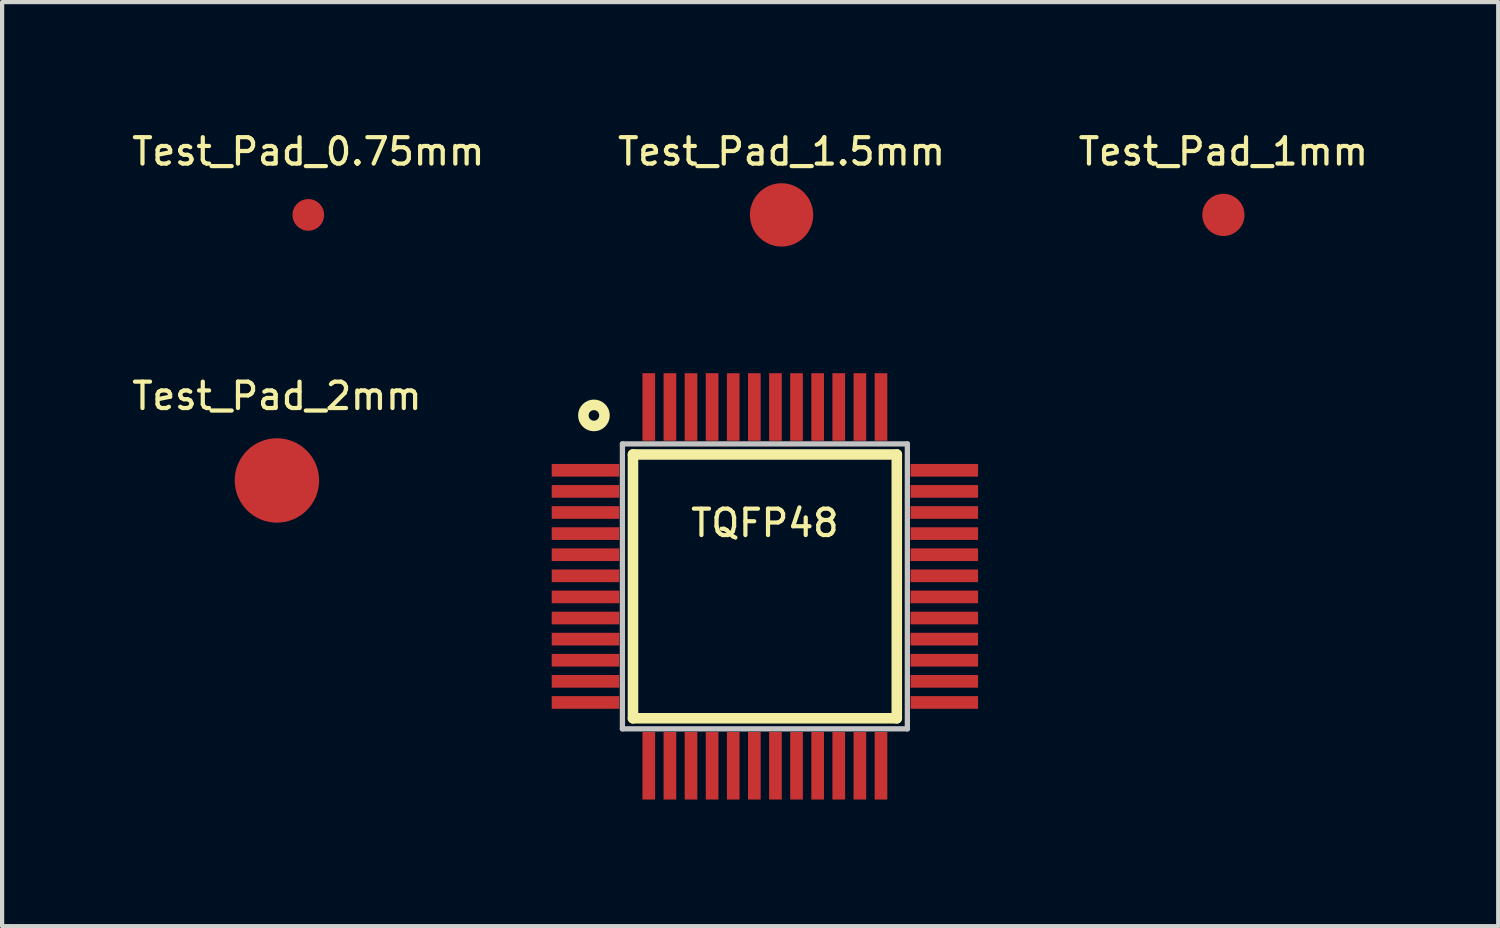
<source format=kicad_pcb>
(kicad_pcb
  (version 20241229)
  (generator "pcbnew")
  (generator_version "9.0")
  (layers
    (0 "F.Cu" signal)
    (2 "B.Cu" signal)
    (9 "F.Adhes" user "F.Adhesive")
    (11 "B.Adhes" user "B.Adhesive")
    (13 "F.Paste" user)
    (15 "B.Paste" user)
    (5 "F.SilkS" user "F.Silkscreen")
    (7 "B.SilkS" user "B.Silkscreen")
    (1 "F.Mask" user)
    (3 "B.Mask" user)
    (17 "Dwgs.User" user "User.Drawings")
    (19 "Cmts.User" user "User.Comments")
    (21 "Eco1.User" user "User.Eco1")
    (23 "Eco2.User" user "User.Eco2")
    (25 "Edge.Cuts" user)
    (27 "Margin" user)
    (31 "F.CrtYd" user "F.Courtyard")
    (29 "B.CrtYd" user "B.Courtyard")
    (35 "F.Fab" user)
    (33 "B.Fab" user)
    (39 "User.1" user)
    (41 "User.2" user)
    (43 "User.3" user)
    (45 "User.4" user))
  (footprint "Test_Pad_1mm"
    (layer "F.Cu")
    (at 25.932 2.041)
    (property "Reference" "Test_Pad_1mm" (at 0 -1.5 0) (layer "F.SilkS") (effects (font (size 0.625 0.625) (thickness 0.1))))
    (attr through_hole)
    (pad "1" smd oval (at 0 0) (size 1 1) (layers "F.Cu" "F.Mask" "F.Paste")))
  (footprint "Test_Pad_0.75mm"
    (layer "F.Cu")
    (at 4.254 2.041)
    (property "Reference" "Test_Pad_0.75mm" (at 0 -1.5 0) (layer "F.SilkS") (effects (font (size 0.625 0.625) (thickness 0.1))))
    (attr through_hole)
    (pad "1" smd oval (at 0 0) (size 0.75 0.75) (layers "F.Cu" "F.Mask" "F.Paste")))
  (footprint "Test_Pad_2mm"
    (layer "F.Cu")
    (at 3.51 8.332)
    (property "Reference" "Test_Pad_2mm" (at 0 -2 0) (layer "F.SilkS") (effects (font (size 0.625 0.625) (thickness 0.1))))
    (attr through_hole)
    (pad "1" smd oval (at 0 0) (size 2 2) (layers "F.Cu" "F.Mask" "F.Paste")))
  (footprint "Test_Pad_1.5mm"
    (layer "F.Cu")
    (at 15.465 2.041)
    (property "Reference" "Test_Pad_1.5mm" (at 0 -1.5 0) (layer "F.SilkS") (effects (font (size 0.625 0.625) (thickness 0.1))))
    (attr through_hole)
    (pad "1" smd oval (at 0 0) (size 1.5 1.5) (layers "F.Cu" "F.Mask" "F.Paste")))
  (footprint "TQFP48"
    (layer "F.Cu")
    (at 15.07 10.841)
    (property "Reference" "TQFP48" (at 0 -1.5 0) (layer "F.SilkS") (effects (font (size 0.625 0.625) (thickness 0.1))))
    (attr through_hole)
    (fp_line (start -3.125 -3.125) (end -3.125 3.125) (stroke (width 0.25) (type solid)) (layer "F.SilkS"))
    (fp_line (start -3.125 3.125) (end 3.125 3.125) (stroke (width 0.25) (type solid)) (layer "F.SilkS"))
    (fp_line (start 3.125 -3.125) (end -3.125 -3.125) (stroke (width 0.25) (type solid)) (layer "F.SilkS"))
    (fp_line (start 3.125 3.125) (end 3.125 -3.125) (stroke (width 0.25) (type solid)) (layer "F.SilkS"))
    (fp_circle (center -4.05 -4.05) (end -3.873 -3.873) (stroke (width 0.25) (type solid)) (fill no) (layer "F.SilkS"))
    (fp_line (start -3.375 -3.375) (end -3.375 3.375) (stroke (width 0.125) (type solid)) (layer "Dwgs.User"))
    (fp_line (start -3.375 3.375) (end 3.375 3.375) (stroke (width 0.125) (type solid)) (layer "Dwgs.User"))
    (fp_line (start 3.375 -3.375) (end -3.375 -3.375) (stroke (width 0.125) (type solid)) (layer "Dwgs.User"))
    (fp_line (start 3.375 3.375) (end 3.375 -3.375) (stroke (width 0.125) (type solid)) (layer "Dwgs.User"))
    (pad "1" smd rect (at -4.25 -2.75 180) (size 1.6 0.3) (layers "F.Cu" "F.Mask" "F.Paste"))
    (pad "2" smd rect (at -4.25 -2.25 180) (size 1.6 0.3) (layers "F.Cu" "F.Mask" "F.Paste"))
    (pad "3" smd rect (at -4.25 -1.75 180) (size 1.6 0.3) (layers "F.Cu" "F.Mask" "F.Paste"))
    (pad "4" smd rect (at -4.25 -1.25 180) (size 1.6 0.3) (layers "F.Cu" "F.Mask" "F.Paste"))
    (pad "5" smd rect (at -4.25 -0.75 180) (size 1.6 0.3) (layers "F.Cu" "F.Mask" "F.Paste"))
    (pad "6" smd rect (at -4.25 -0.25 180) (size 1.6 0.3) (layers "F.Cu" "F.Mask" "F.Paste"))
    (pad "7" smd rect (at -4.25 0.25 180) (size 1.6 0.3) (layers "F.Cu" "F.Mask" "F.Paste"))
    (pad "8" smd rect (at -4.25 0.75 180) (size 1.6 0.3) (layers "F.Cu" "F.Mask" "F.Paste"))
    (pad "9" smd rect (at -4.25 1.25 180) (size 1.6 0.3) (layers "F.Cu" "F.Mask" "F.Paste"))
    (pad "10" smd rect (at -4.25 1.75 180) (size 1.6 0.3) (layers "F.Cu" "F.Mask" "F.Paste"))
    (pad "11" smd rect (at -4.25 2.25 180) (size 1.6 0.3) (layers "F.Cu" "F.Mask" "F.Paste"))
    (pad "12" smd rect (at -4.25 2.75 180) (size 1.6 0.3) (layers "F.Cu" "F.Mask" "F.Paste"))
    (pad "13" smd rect (at -2.75 4.25 90) (size 1.6 0.3) (layers "F.Cu" "F.Mask" "F.Paste"))
    (pad "14" smd rect (at -2.25 4.25 90) (size 1.6 0.3) (layers "F.Cu" "F.Mask" "F.Paste"))
    (pad "15" smd rect (at -1.75 4.25 90) (size 1.6 0.3) (layers "F.Cu" "F.Mask" "F.Paste"))
    (pad "16" smd rect (at -1.25 4.25 90) (size 1.6 0.3) (layers "F.Cu" "F.Mask" "F.Paste"))
    (pad "17" smd rect (at -0.75 4.25 90) (size 1.6 0.3) (layers "F.Cu" "F.Mask" "F.Paste"))
    (pad "18" smd rect (at -0.25 4.25 90) (size 1.6 0.3) (layers "F.Cu" "F.Mask" "F.Paste"))
    (pad "19" smd rect (at 0.25 4.25 90) (size 1.6 0.3) (layers "F.Cu" "F.Mask" "F.Paste"))
    (pad "20" smd rect (at 0.75 4.25 90) (size 1.6 0.3) (layers "F.Cu" "F.Mask" "F.Paste"))
    (pad "21" smd rect (at 1.25 4.25 90) (size 1.6 0.3) (layers "F.Cu" "F.Mask" "F.Paste"))
    (pad "22" smd rect (at 1.75 4.25 90) (size 1.6 0.3) (layers "F.Cu" "F.Mask" "F.Paste"))
    (pad "23" smd rect (at 2.25 4.25 90) (size 1.6 0.3) (layers "F.Cu" "F.Mask" "F.Paste"))
    (pad "24" smd rect (at 2.75 4.25 90) (size 1.6 0.3) (layers "F.Cu" "F.Mask" "F.Paste"))
    (pad "25" smd rect (at 4.25 2.75) (size 1.6 0.3) (layers "F.Cu" "F.Mask" "F.Paste"))
    (pad "26" smd rect (at 4.25 2.25) (size 1.6 0.3) (layers "F.Cu" "F.Mask" "F.Paste"))
    (pad "27" smd rect (at 4.25 1.75) (size 1.6 0.3) (layers "F.Cu" "F.Mask" "F.Paste"))
    (pad "28" smd rect (at 4.25 1.25) (size 1.6 0.3) (layers "F.Cu" "F.Mask" "F.Paste"))
    (pad "29" smd rect (at 4.25 0.75) (size 1.6 0.3) (layers "F.Cu" "F.Mask" "F.Paste"))
    (pad "30" smd rect (at 4.25 0.25) (size 1.6 0.3) (layers "F.Cu" "F.Mask" "F.Paste"))
    (pad "31" smd rect (at 4.25 -0.25) (size 1.6 0.3) (layers "F.Cu" "F.Mask" "F.Paste"))
    (pad "32" smd rect (at 4.25 -0.75) (size 1.6 0.3) (layers "F.Cu" "F.Mask" "F.Paste"))
    (pad "33" smd rect (at 4.25 -1.25) (size 1.6 0.3) (layers "F.Cu" "F.Mask" "F.Paste"))
    (pad "34" smd rect (at 4.25 -1.75) (size 1.6 0.3) (layers "F.Cu" "F.Mask" "F.Paste"))
    (pad "35" smd rect (at 4.25 -2.25) (size 1.6 0.3) (layers "F.Cu" "F.Mask" "F.Paste"))
    (pad "36" smd rect (at 4.25 -2.75) (size 1.6 0.3) (layers "F.Cu" "F.Mask" "F.Paste"))
    (pad "37" smd rect (at 2.75 -4.25 270) (size 1.6 0.3) (layers "F.Cu" "F.Mask" "F.Paste"))
    (pad "38" smd rect (at 2.25 -4.25 270) (size 1.6 0.3) (layers "F.Cu" "F.Mask" "F.Paste"))
    (pad "39" smd rect (at 1.75 -4.25 270) (size 1.6 0.3) (layers "F.Cu" "F.Mask" "F.Paste"))
    (pad "40" smd rect (at 1.25 -4.25 270) (size 1.6 0.3) (layers "F.Cu" "F.Mask" "F.Paste"))
    (pad "41" smd rect (at 0.75 -4.25 270) (size 1.6 0.3) (layers "F.Cu" "F.Mask" "F.Paste"))
    (pad "42" smd rect (at 0.25 -4.25 270) (size 1.6 0.3) (layers "F.Cu" "F.Mask" "F.Paste"))
    (pad "43" smd rect (at -0.25 -4.25 270) (size 1.6 0.3) (layers "F.Cu" "F.Mask" "F.Paste"))
    (pad "44" smd rect (at -0.75 -4.25 270) (size 1.6 0.3) (layers "F.Cu" "F.Mask" "F.Paste"))
    (pad "45" smd rect (at -1.25 -4.25 270) (size 1.6 0.3) (layers "F.Cu" "F.Mask" "F.Paste"))
    (pad "46" smd rect (at -1.75 -4.25 270) (size 1.6 0.3) (layers "F.Cu" "F.Mask" "F.Paste"))
    (pad "47" smd rect (at -2.25 -4.25 270) (size 1.6 0.3) (layers "F.Cu" "F.Mask" "F.Paste"))
    (pad "48" smd rect (at -2.75 -4.25 270) (size 1.6 0.3) (layers "F.Cu" "F.Mask" "F.Paste")))
  (gr_rect
    (start -3 -3)
    (end 32.442 18.891)
    (stroke (width 0.1) (type default))
    (fill no)
    (layer "Edge.Cuts")))
</source>
